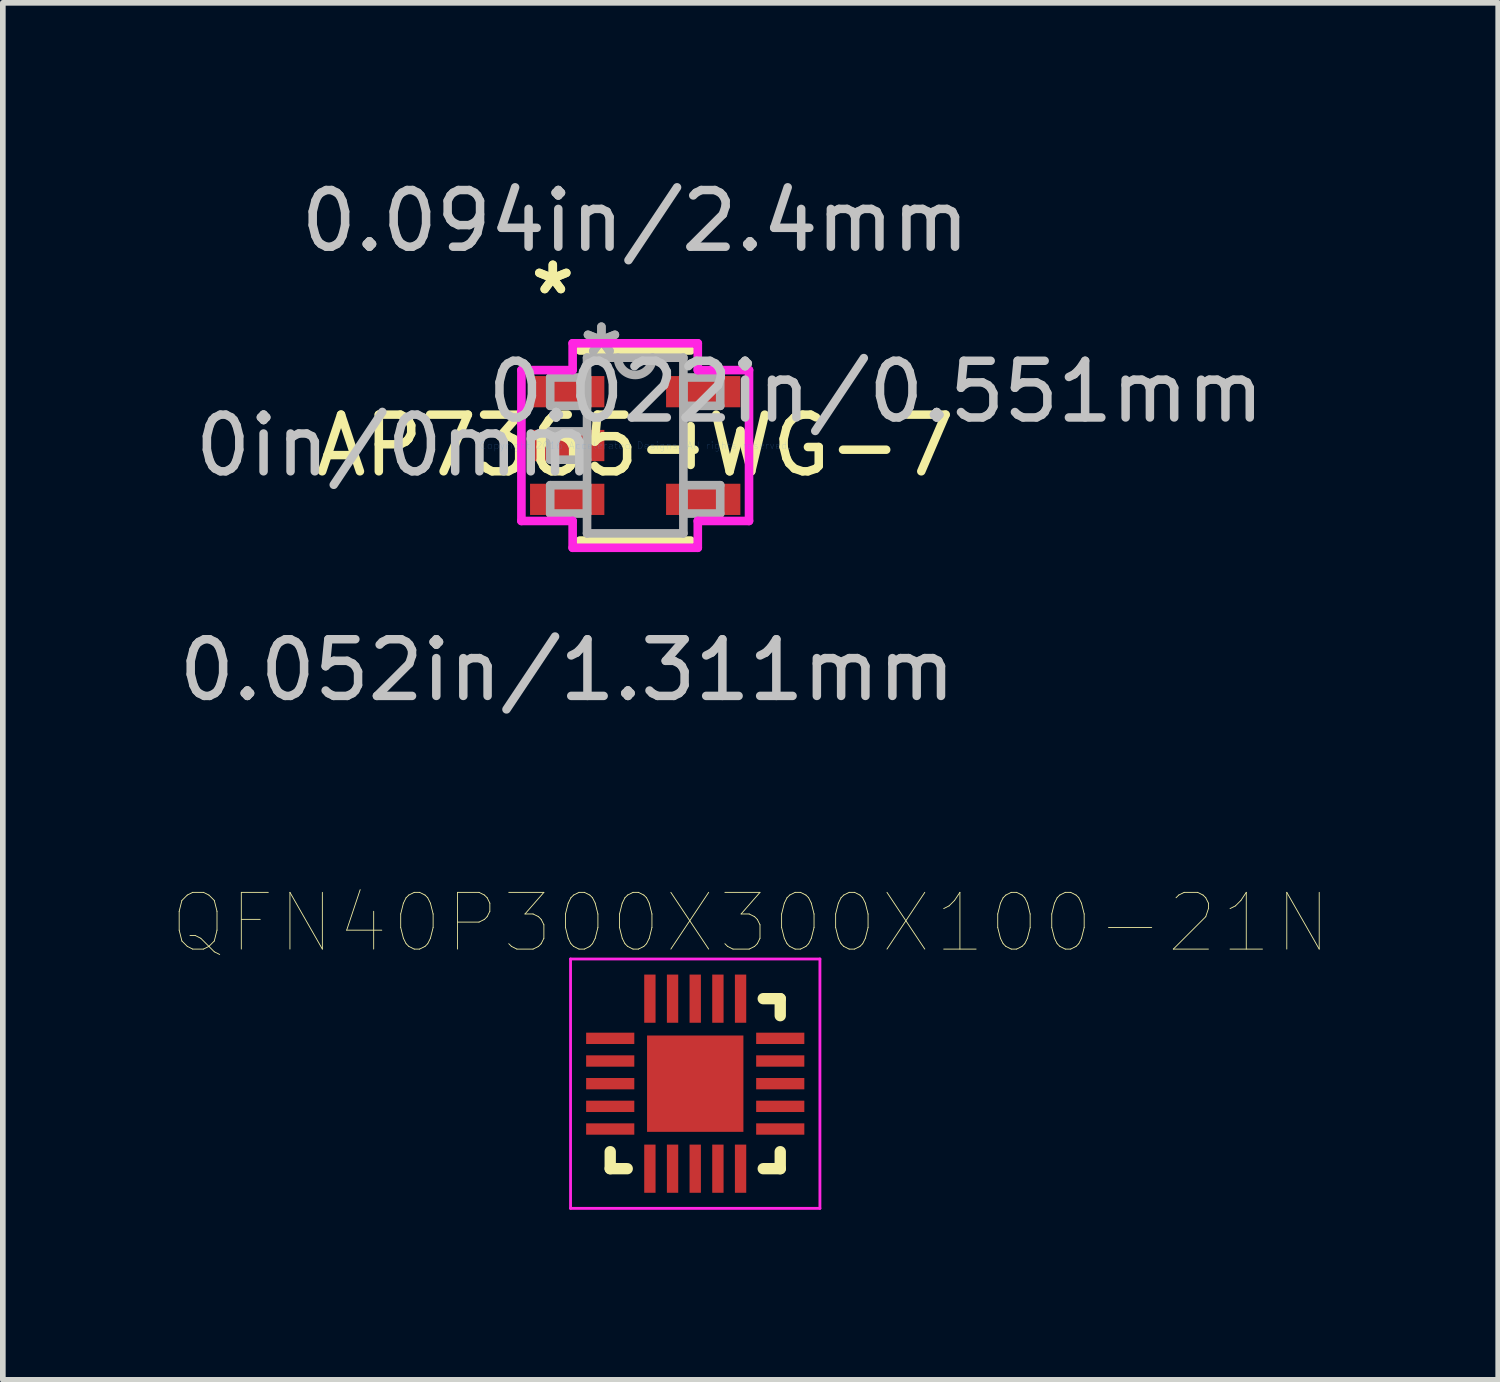
<source format=kicad_pcb>
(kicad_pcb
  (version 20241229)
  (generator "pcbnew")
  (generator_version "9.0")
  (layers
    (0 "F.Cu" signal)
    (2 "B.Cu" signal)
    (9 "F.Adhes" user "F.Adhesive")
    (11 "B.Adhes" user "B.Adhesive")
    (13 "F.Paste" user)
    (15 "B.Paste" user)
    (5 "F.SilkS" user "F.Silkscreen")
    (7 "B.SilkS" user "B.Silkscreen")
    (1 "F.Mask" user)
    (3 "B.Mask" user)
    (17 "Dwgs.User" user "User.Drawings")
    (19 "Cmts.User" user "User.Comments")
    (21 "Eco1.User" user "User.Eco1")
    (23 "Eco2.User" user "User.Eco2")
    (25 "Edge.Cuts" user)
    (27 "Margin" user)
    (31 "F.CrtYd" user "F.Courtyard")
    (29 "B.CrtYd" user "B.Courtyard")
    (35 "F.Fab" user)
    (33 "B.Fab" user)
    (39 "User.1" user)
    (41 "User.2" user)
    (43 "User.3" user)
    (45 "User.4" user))
  (footprint "AP7365-WG-7"
    (layer "F.Cu")
    (at 8.158 4.811)
    (property "Reference" "AP7365-WG-7" (at 0 0 0) (layer "F.SilkS") (effects (font (size 1 1) (thickness 0.15))))
    (attr through_hole)
    (fp_line (start -0.977 1.677) (end 0.977 1.677) (stroke (width 0.152) (type solid)) (layer "F.SilkS"))
    (fp_line (start 0.977 -1.677) (end -0.977 -1.677) (stroke (width 0.152) (type solid)) (layer "F.SilkS"))
    (fp_line (start 0.977 0.342) (end 0.977 -0.342) (stroke (width 0.152) (type solid)) (layer "F.SilkS"))
    (fp_line (start -2.008 -1.331) (end -1.104 -1.331) (stroke (width 0.152) (type solid)) (layer "F.CrtYd"))
    (fp_line (start -2.008 1.331) (end -2.008 -1.331) (stroke (width 0.152) (type solid)) (layer "F.CrtYd"))
    (fp_line (start -1.104 -1.804) (end 1.104 -1.804) (stroke (width 0.152) (type solid)) (layer "F.CrtYd"))
    (fp_line (start -1.104 -1.331) (end -1.104 -1.804) (stroke (width 0.152) (type solid)) (layer "F.CrtYd"))
    (fp_line (start -1.104 1.331) (end -2.008 1.331) (stroke (width 0.152) (type solid)) (layer "F.CrtYd"))
    (fp_line (start -1.104 1.804) (end -1.104 1.331) (stroke (width 0.152) (type solid)) (layer "F.CrtYd"))
    (fp_line (start 1.104 -1.804) (end 1.104 -1.331) (stroke (width 0.152) (type solid)) (layer "F.CrtYd"))
    (fp_line (start 1.104 -1.331) (end 2.008 -1.331) (stroke (width 0.152) (type solid)) (layer "F.CrtYd"))
    (fp_line (start 1.104 1.331) (end 1.104 1.804) (stroke (width 0.152) (type solid)) (layer "F.CrtYd"))
    (fp_line (start 1.104 1.804) (end -1.104 1.804) (stroke (width 0.152) (type solid)) (layer "F.CrtYd"))
    (fp_line (start 2.008 -1.331) (end 2.008 1.331) (stroke (width 0.152) (type solid)) (layer "F.CrtYd"))
    (fp_line (start 2.008 1.331) (end 1.104 1.331) (stroke (width 0.152) (type solid)) (layer "F.CrtYd"))
    (fp_line (start -1.5 -1.2) (end -1.5 -0.7) (stroke (width 0.152) (type solid)) (layer "F.Fab"))
    (fp_line (start -1.5 -0.7) (end -0.85 -0.7) (stroke (width 0.152) (type solid)) (layer "F.Fab"))
    (fp_line (start -1.5 -0.25) (end -1.5 0.25) (stroke (width 0.152) (type solid)) (layer "F.Fab"))
    (fp_line (start -1.5 0.25) (end -0.85 0.25) (stroke (width 0.152) (type solid)) (layer "F.Fab"))
    (fp_line (start -1.5 0.7) (end -1.5 1.2) (stroke (width 0.152) (type solid)) (layer "F.Fab"))
    (fp_line (start -1.5 1.2) (end -0.85 1.2) (stroke (width 0.152) (type solid)) (layer "F.Fab"))
    (fp_line (start -0.85 -1.55) (end -0.85 1.55) (stroke (width 0.152) (type solid)) (layer "F.Fab"))
    (fp_line (start -0.85 -1.2) (end -1.5 -1.2) (stroke (width 0.152) (type solid)) (layer "F.Fab"))
    (fp_line (start -0.85 -0.7) (end -0.85 -1.2) (stroke (width 0.152) (type solid)) (layer "F.Fab"))
    (fp_line (start -0.85 -0.25) (end -1.5 -0.25) (stroke (width 0.152) (type solid)) (layer "F.Fab"))
    (fp_line (start -0.85 0.25) (end -0.85 -0.25) (stroke (width 0.152) (type solid)) (layer "F.Fab"))
    (fp_line (start -0.85 0.7) (end -1.5 0.7) (stroke (width 0.152) (type solid)) (layer "F.Fab"))
    (fp_line (start -0.85 1.2) (end -0.85 0.7) (stroke (width 0.152) (type solid)) (layer "F.Fab"))
    (fp_line (start -0.85 1.55) (end 0.85 1.55) (stroke (width 0.152) (type solid)) (layer "F.Fab"))
    (fp_line (start 0.85 -1.55) (end -0.85 -1.55) (stroke (width 0.152) (type solid)) (layer "F.Fab"))
    (fp_line (start 0.85 -1.2) (end 0.85 -0.7) (stroke (width 0.152) (type solid)) (layer "F.Fab"))
    (fp_line (start 0.85 -0.7) (end 1.5 -0.7) (stroke (width 0.152) (type solid)) (layer "F.Fab"))
    (fp_line (start 0.85 0.7) (end 0.85 1.2) (stroke (width 0.152) (type solid)) (layer "F.Fab"))
    (fp_line (start 0.85 1.2) (end 1.5 1.2) (stroke (width 0.152) (type solid)) (layer "F.Fab"))
    (fp_line (start 0.85 1.55) (end 0.85 -1.55) (stroke (width 0.152) (type solid)) (layer "F.Fab"))
    (fp_line (start 1.5 -1.2) (end 0.85 -1.2) (stroke (width 0.152) (type solid)) (layer "F.Fab"))
    (fp_line (start 1.5 -0.7) (end 1.5 -1.2) (stroke (width 0.152) (type solid)) (layer "F.Fab"))
    (fp_line (start 1.5 0.7) (end 0.85 0.7) (stroke (width 0.152) (type solid)) (layer "F.Fab"))
    (fp_line (start 1.5 1.2) (end 1.5 0.7) (stroke (width 0.152) (type solid)) (layer "F.Fab"))
    (fp_arc (start 0.3048 -1.549999) (mid 0 -1.245199) (end -0.3048 -1.549999) (stroke (width 0.1524) (type solid)) (layer "F.Fab"))
    (fp_text user "*" (at -1.454 -2.644 0) (layer "F.SilkS") (effects (font (size 1 1) (thickness 0.15))))
    (fp_text user "*" (at -1.454 -2.644 0) (layer "F.SilkS") (effects (font (size 1 1) (thickness 0.15))))
    (fp_text user "0.052in/1.311mm" (at -1.2 3.963 0) (layer "Dwgs.User") (effects (font (size 1 1) (thickness 0.15))))
    (fp_text user "0.022in/0.551mm" (at 4.248 -0.95 0) (layer "Dwgs.User") (effects (font (size 1 1) (thickness 0.15))))
    (fp_text user "0.094in/2.4mm" (at 0 -3.963 0) (layer "Dwgs.User") (effects (font (size 1 1) (thickness 0.15))))
    (fp_text user "0in/0mm" (at -4.248 0 0) (layer "Dwgs.User") (effects (font (size 1 1) (thickness 0.15))))
    (fp_text user "Copyright 2016 Accelerated Designs. All rights reserved." (at 0 0 0) (layer "Cmts.User") (effects (font (size 0.127 0.127) (thickness 0.002))))
    (fp_text user "*" (at -0.596 -1.552 0) (layer "F.Fab") (effects (font (size 1 1) (thickness 0.15))))
    (fp_text user "*" (at -0.596 -1.552 0) (layer "F.Fab") (effects (font (size 1 1) (thickness 0.15))))
    (pad "1" smd rect (at -1.2 -0.95) (size 1.311 0.551) (layers "F.Cu" "F.Mask" "F.Paste"))
    (pad "2" smd rect (at -1.2 0) (size 1.311 0.551) (layers "F.Cu" "F.Mask" "F.Paste"))
    (pad "3" smd rect (at -1.2 0.95) (size 1.311 0.551) (layers "F.Cu" "F.Mask" "F.Paste"))
    (pad "4" smd rect (at 1.2 0.95) (size 1.311 0.551) (layers "F.Cu" "F.Mask" "F.Paste"))
    (pad "5" smd rect (at 1.2 -0.95) (size 1.311 0.551) (layers "F.Cu" "F.Mask" "F.Paste")))
  (footprint "QFN40P300X300X100-21N"
    (layer "F.Cu")
    (at 9.217 16.071)
    (property "Reference" "QFN40P300X300X100-21N" (at 0.976 -2.837 0) (layer "F.SilkS") (effects (font (size 1.001 1.001) (thickness 0.015))))
    (attr through_hole)
    (fp_line (start -1.5 1.5) (end -1.5 1.2) (stroke (width 0.2) (type solid)) (layer "F.SilkS"))
    (fp_line (start -1.2 1.5) (end -1.5 1.5) (stroke (width 0.2) (type solid)) (layer "F.SilkS"))
    (fp_line (start 1.2 -1.5) (end 1.5 -1.5) (stroke (width 0.2) (type solid)) (layer "F.SilkS"))
    (fp_line (start 1.5 -1.5) (end 1.5 -1.2) (stroke (width 0.2) (type solid)) (layer "F.SilkS"))
    (fp_line (start 1.5 1.2) (end 1.5 1.5) (stroke (width 0.2) (type solid)) (layer "F.SilkS"))
    (fp_line (start 1.5 1.5) (end 1.2 1.5) (stroke (width 0.2) (type solid)) (layer "F.SilkS"))
    (fp_poly (pts (xy -0.54 -0.54) (xy 0.54 -0.54) (xy 0.54 0.54) (xy -0.54 0.54)) (stroke (width 0.01) (type solid)) (fill yes) (layer "F.Paste"))
    (fp_line (start -2.2 -2.2) (end 2.2 -2.2) (stroke (width 0.05) (type solid)) (layer "F.CrtYd"))
    (fp_line (start -2.2 2.2) (end -2.2 -2.2) (stroke (width 0.05) (type solid)) (layer "F.CrtYd"))
    (fp_line (start 2.2 -2.2) (end 2.2 2.2) (stroke (width 0.05) (type solid)) (layer "F.CrtYd"))
    (fp_line (start 2.2 2.2) (end -2.2 2.2) (stroke (width 0.05) (type solid)) (layer "F.CrtYd"))
    (pad "1" smd rect (at -1.5 -0.8) (size 0.85 0.2) (layers "F.Cu" "F.Mask" "F.Paste"))
    (pad "2" smd rect (at -1.5 -0.4) (size 0.85 0.2) (layers "F.Cu" "F.Mask" "F.Paste"))
    (pad "3" smd rect (at -1.5 0) (size 0.85 0.2) (layers "F.Cu" "F.Mask" "F.Paste"))
    (pad "4" smd rect (at -1.5 0.4) (size 0.85 0.2) (layers "F.Cu" "F.Mask" "F.Paste"))
    (pad "5" smd rect (at -1.5 0.8) (size 0.85 0.2) (layers "F.Cu" "F.Mask" "F.Paste"))
    (pad "6" smd rect (at -0.8 1.5) (size 0.2 0.85) (layers "F.Cu" "F.Mask" "F.Paste"))
    (pad "7" smd rect (at -0.4 1.5) (size 0.2 0.85) (layers "F.Cu" "F.Mask" "F.Paste"))
    (pad "8" smd rect (at 0 1.5) (size 0.2 0.85) (layers "F.Cu" "F.Mask" "F.Paste"))
    (pad "9" smd rect (at 0.4 1.5) (size 0.2 0.85) (layers "F.Cu" "F.Mask" "F.Paste"))
    (pad "10" smd rect (at 0.8 1.5) (size 0.2 0.85) (layers "F.Cu" "F.Mask" "F.Paste"))
    (pad "11" smd rect (at 1.5 0.8) (size 0.85 0.2) (layers "F.Cu" "F.Mask" "F.Paste"))
    (pad "12" smd rect (at 1.5 0.4) (size 0.85 0.2) (layers "F.Cu" "F.Mask" "F.Paste"))
    (pad "13" smd rect (at 1.5 0) (size 0.85 0.2) (layers "F.Cu" "F.Mask" "F.Paste"))
    (pad "14" smd rect (at 1.5 -0.4) (size 0.85 0.2) (layers "F.Cu" "F.Mask" "F.Paste"))
    (pad "15" smd rect (at 1.5 -0.8) (size 0.85 0.2) (layers "F.Cu" "F.Mask" "F.Paste"))
    (pad "16" smd rect (at 0.8 -1.5) (size 0.2 0.85) (layers "F.Cu" "F.Mask" "F.Paste"))
    (pad "17" smd rect (at 0.4 -1.5) (size 0.2 0.85) (layers "F.Cu" "F.Mask" "F.Paste"))
    (pad "18" smd rect (at 0 -1.5) (size 0.2 0.85) (layers "F.Cu" "F.Mask" "F.Paste"))
    (pad "19" smd rect (at -0.4 -1.5) (size 0.2 0.85) (layers "F.Cu" "F.Mask" "F.Paste"))
    (pad "20" smd rect (at -0.8 -1.5) (size 0.2 0.85) (layers "F.Cu" "F.Mask" "F.Paste"))
    (pad "21" smd rect (at 0 0) (size 1.7 1.7) (layers "F.Cu" "F.Mask")))
  (gr_rect
    (start -3 -3)
    (end 23.385 21.296)
    (stroke (width 0.1) (type default))
    (fill no)
    (layer "Edge.Cuts")))
</source>
